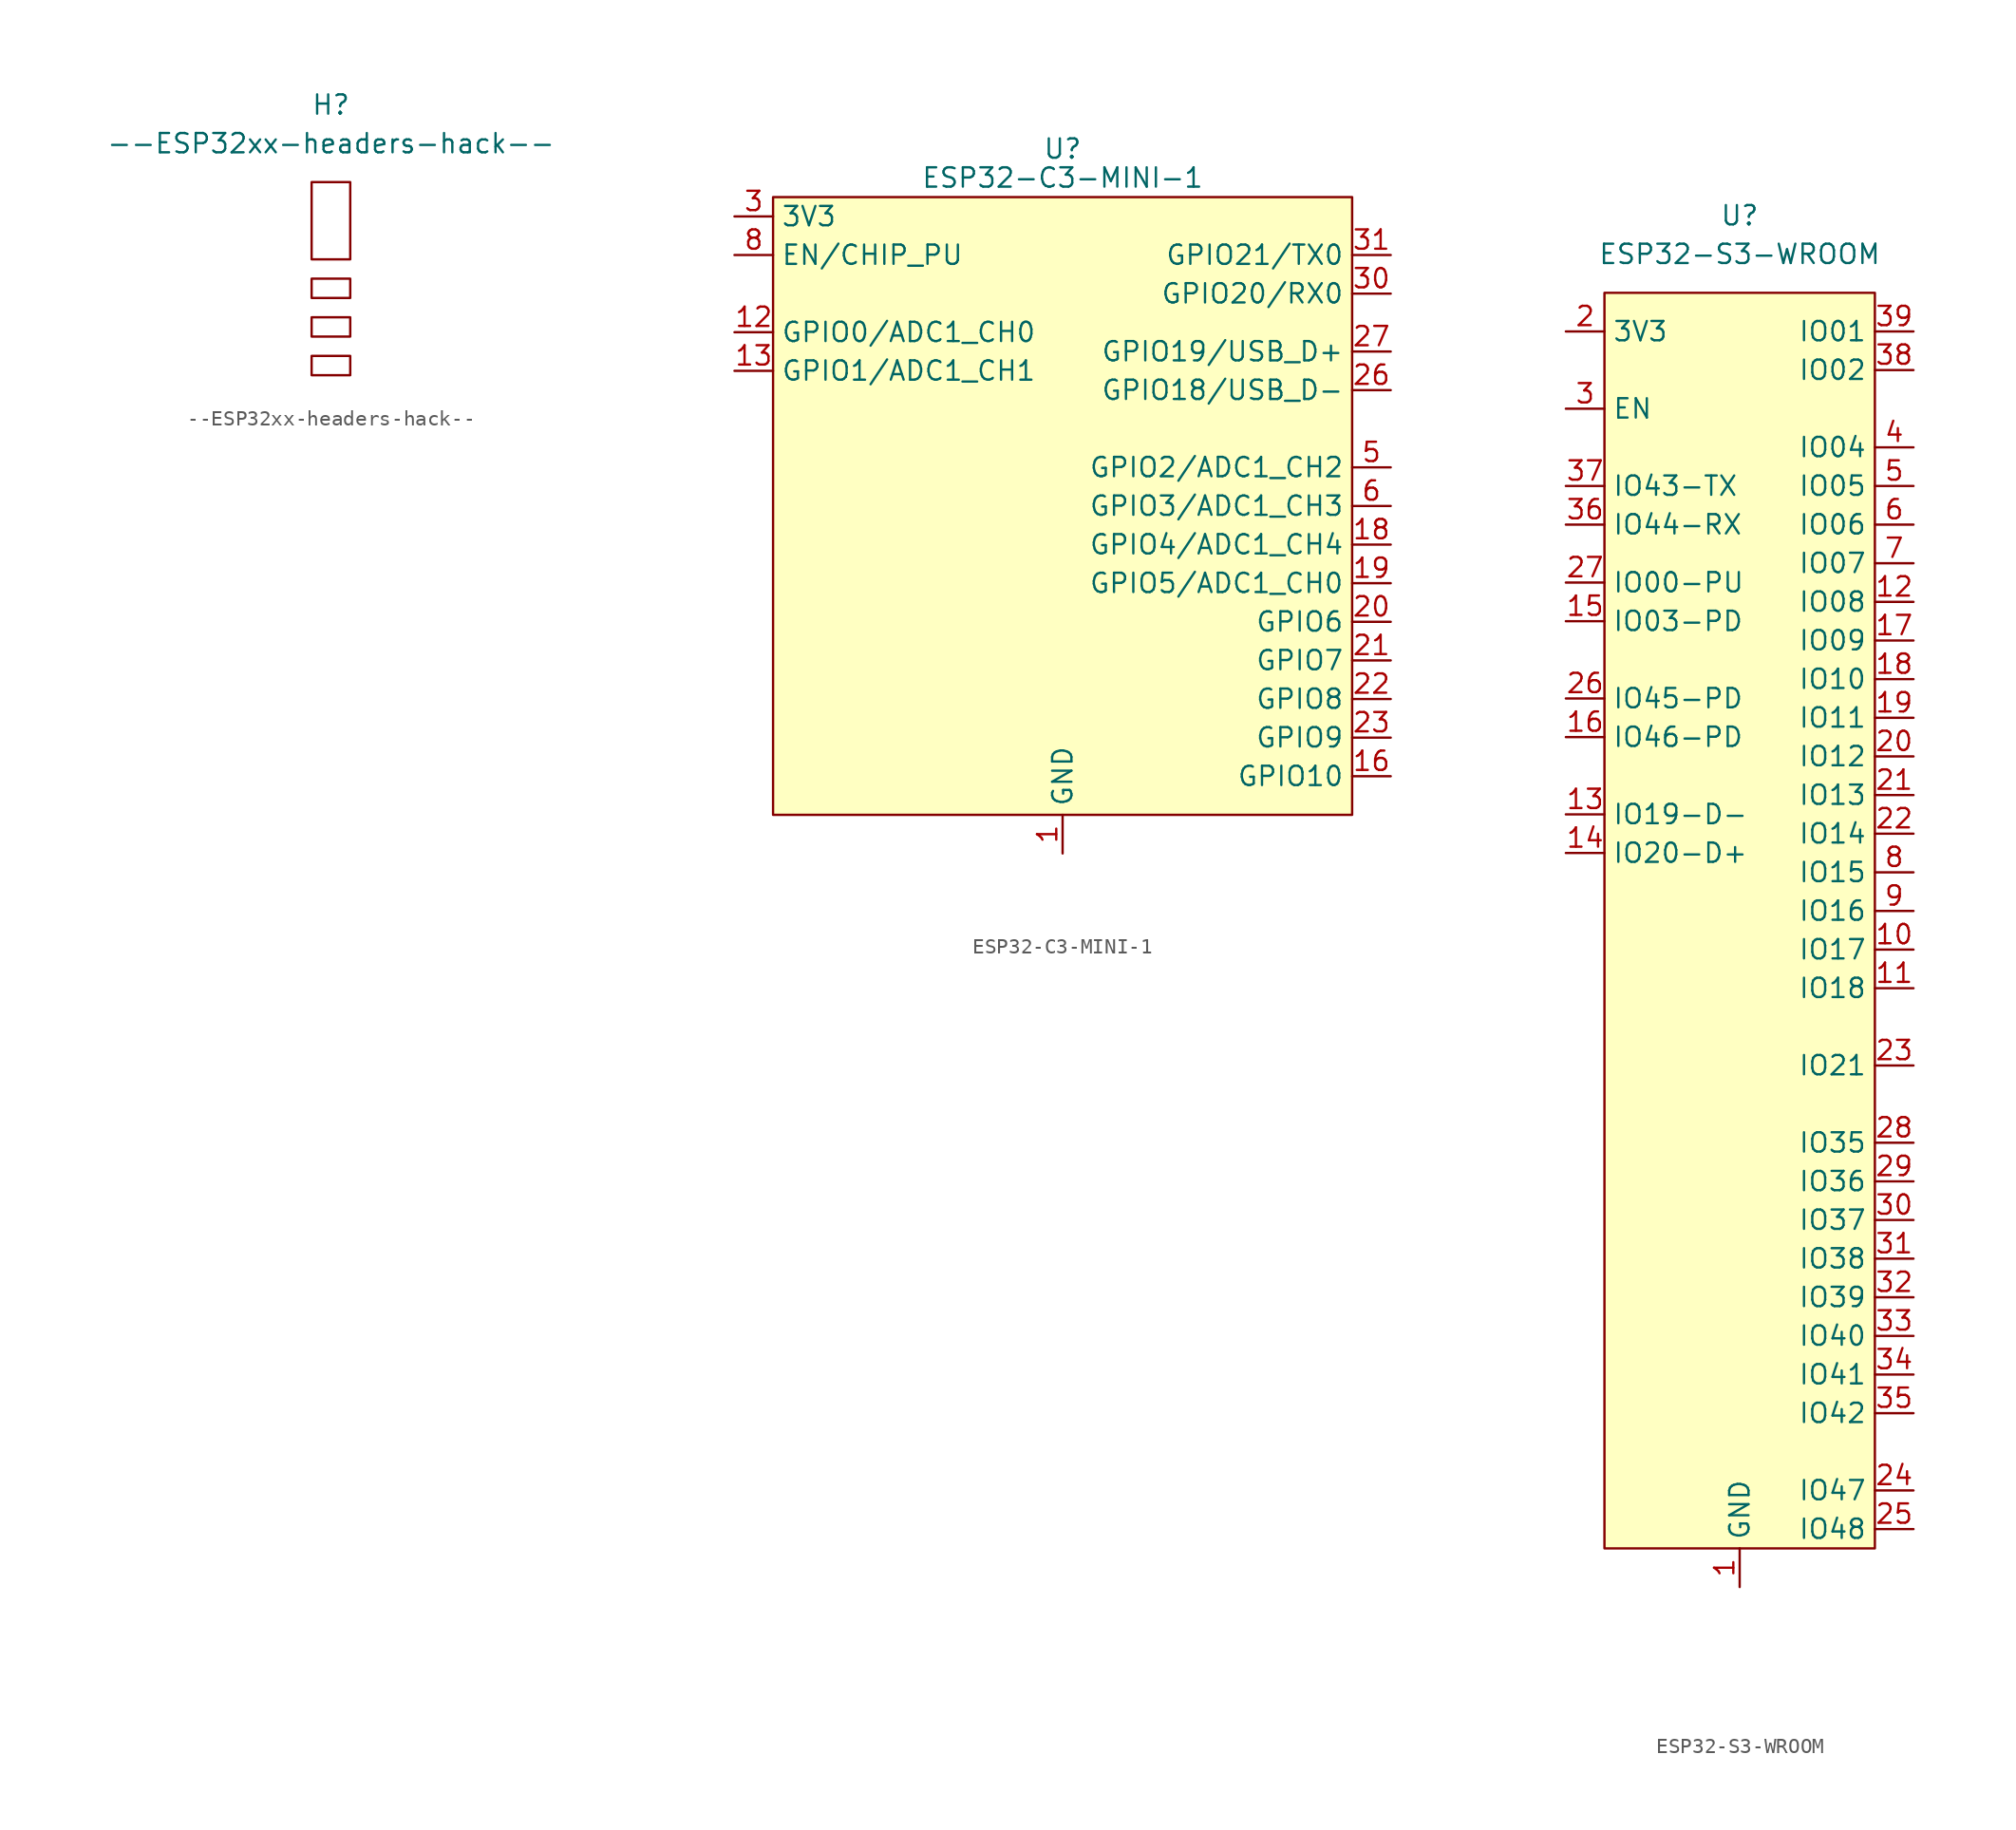
<source format=kicad_sym>
(kicad_symbol_lib
  (version 20220914)
  (generator kicad_symbol_editor)
  (symbol "--ESP32xx-headers-hack--"
    (property "Reference" "H"
      (at 0 6.35 0)
      (effects (font (size 1.27 1.27))))
    (property "Value" "--ESP32xx-headers-hack--"
      (at 0 3.81 0)
      (effects (font (size 1.27 1.27))))
    (symbol "--ESP32xx-headers-hack--_0_1"
      (rectangle (start -1.27 -10.16) (end 1.27 -11.43) (stroke (width 0) (type default)) (fill (type none)))
      (rectangle (start -1.27 -7.62) (end 1.27 -8.89) (stroke (width 0) (type default)) (fill (type none)))
      (rectangle (start -1.27 -5.08) (end 1.27 -6.35) (stroke (width 0) (type default)) (fill (type none)))
      (rectangle (start -1.27 1.27) (end 1.27 -3.81) (stroke (width 0) (type default)) (fill (type none)))))
  (symbol "ESP32-C3-MINI-1"
    (property "Reference" "U"
      (at 0 4.445 0)
      (effects (font (size 1.27 1.27))))
    (property "Value" "ESP32-C3-MINI-1"
      (at 0 2.54 0)
      (effects (font (size 1.27 1.27))))
    (symbol "ESP32-C3-MINI-1_0_1"
      (rectangle (start -19.05 1.27) (end 19.05 -39.37) (stroke (width 0) (type default)) (fill (type background))))
    (symbol "ESP32-C3-MINI-1_1_1"
      (pin bidirectional line (at 0 -41.91 90) (length 2.54) (name "GND" (effects (font (size 1.27 1.27)))) (number "1" (effects (font (size 1.27 1.27)))))
      (pin bidirectional line (at 0 -41.91 90) (length 2.54) hide (name "GND" (effects (font (size 1.27 1.27)))) (number "11" (effects (font (size 1.27 1.27)))))
      (pin bidirectional line (at -21.59 -7.62 0) (length 2.54) (name "GPIO0/ADC1_CH0" (effects (font (size 1.27 1.27)))) (number "12" (effects (font (size 1.27 1.27)))))
      (pin bidirectional line (at -21.59 -10.16 0) (length 2.54) (name "GPIO1/ADC1_CH1" (effects (font (size 1.27 1.27)))) (number "13" (effects (font (size 1.27 1.27)))))
      (pin bidirectional line (at 0 -41.91 90) (length 2.54) hide (name "GND" (effects (font (size 1.27 1.27)))) (number "14" (effects (font (size 1.27 1.27)))))
      (pin bidirectional line (at 21.59 -36.83 180) (length 2.54) (name "GPIO10" (effects (font (size 1.27 1.27)))) (number "16" (effects (font (size 1.27 1.27)))))
      (pin bidirectional line (at 21.59 -21.59 180) (length 2.54) (name "GPIO4/ADC1_CH4" (effects (font (size 1.27 1.27)))) (number "18" (effects (font (size 1.27 1.27)))))
      (pin bidirectional line (at 21.59 -24.13 180) (length 2.54) (name "GPIO5/ADC1_CH0" (effects (font (size 1.27 1.27)))) (number "19" (effects (font (size 1.27 1.27)))))
      (pin bidirectional line (at 0 -41.91 90) (length 2.54) hide (name "GND" (effects (font (size 1.27 1.27)))) (number "2" (effects (font (size 1.27 1.27)))))
      (pin bidirectional line (at 21.59 -26.67 180) (length 2.54) (name "GPIO6" (effects (font (size 1.27 1.27)))) (number "20" (effects (font (size 1.27 1.27)))))
      (pin bidirectional line (at 21.59 -29.21 180) (length 2.54) (name "GPIO7" (effects (font (size 1.27 1.27)))) (number "21" (effects (font (size 1.27 1.27)))))
      (pin bidirectional line (at 21.59 -31.75 180) (length 2.54) (name "GPIO8" (effects (font (size 1.27 1.27)))) (number "22" (effects (font (size 1.27 1.27)))))
      (pin bidirectional line (at 21.59 -34.29 180) (length 2.54) (name "GPIO9" (effects (font (size 1.27 1.27)))) (number "23" (effects (font (size 1.27 1.27)))))
      (pin bidirectional line (at 21.59 -11.43 180) (length 2.54) (name "GPIO18/USB_D-" (effects (font (size 1.27 1.27)))) (number "26" (effects (font (size 1.27 1.27)))))
      (pin bidirectional line (at 21.59 -8.89 180) (length 2.54) (name "GPIO19/USB_D+" (effects (font (size 1.27 1.27)))) (number "27" (effects (font (size 1.27 1.27)))))
      (pin power_in line (at -21.59 0 0) (length 2.54) (name "3V3" (effects (font (size 1.27 1.27)))) (number "3" (effects (font (size 1.27 1.27)))))
      (pin bidirectional line (at 21.59 -5.08 180) (length 2.54) (name "GPIO20/RX0" (effects (font (size 1.27 1.27)))) (number "30" (effects (font (size 1.27 1.27)))))
      (pin bidirectional line (at 21.59 -2.54 180) (length 2.54) (name "GPIO21/TX0" (effects (font (size 1.27 1.27)))) (number "31" (effects (font (size 1.27 1.27)))))
      (pin bidirectional line (at 0 -41.91 90) (length 2.54) hide (name "GND" (effects (font (size 1.27 1.27)))) (number "36" (effects (font (size 1.27 1.27)))))
      (pin bidirectional line (at 0 -41.91 90) (length 2.54) hide (name "GND" (effects (font (size 1.27 1.27)))) (number "37" (effects (font (size 1.27 1.27)))))
      (pin bidirectional line (at 0 -41.91 90) (length 2.54) hide (name "GND" (effects (font (size 1.27 1.27)))) (number "38" (effects (font (size 1.27 1.27)))))
      (pin bidirectional line (at 0 -41.91 90) (length 2.54) hide (name "GND" (effects (font (size 1.27 1.27)))) (number "39" (effects (font (size 1.27 1.27)))))
      (pin bidirectional line (at 0 -41.91 90) (length 2.54) hide (name "GND" (effects (font (size 1.27 1.27)))) (number "40" (effects (font (size 1.27 1.27)))))
      (pin bidirectional line (at 0 -41.91 90) (length 2.54) hide (name "GND" (effects (font (size 1.27 1.27)))) (number "41" (effects (font (size 1.27 1.27)))))
      (pin bidirectional line (at 0 -41.91 90) (length 2.54) hide (name "GND" (effects (font (size 1.27 1.27)))) (number "42" (effects (font (size 1.27 1.27)))))
      (pin bidirectional line (at 0 -41.91 90) (length 2.54) hide (name "GND" (effects (font (size 1.27 1.27)))) (number "43" (effects (font (size 1.27 1.27)))))
      (pin bidirectional line (at 0 -41.91 90) (length 2.54) hide (name "GND" (effects (font (size 1.27 1.27)))) (number "44" (effects (font (size 1.27 1.27)))))
      (pin bidirectional line (at 0 -41.91 90) (length 2.54) hide (name "GND" (effects (font (size 1.27 1.27)))) (number "45" (effects (font (size 1.27 1.27)))))
      (pin bidirectional line (at 0 -41.91 90) (length 2.54) hide (name "GND" (effects (font (size 1.27 1.27)))) (number "46" (effects (font (size 1.27 1.27)))))
      (pin bidirectional line (at 0 -41.91 90) (length 2.54) hide (name "GND" (effects (font (size 1.27 1.27)))) (number "47" (effects (font (size 1.27 1.27)))))
      (pin bidirectional line (at 0 -41.91 90) (length 2.54) hide (name "GND" (effects (font (size 1.27 1.27)))) (number "48" (effects (font (size 1.27 1.27)))))
      (pin bidirectional line (at 0 -41.91 90) (length 2.54) hide (name "GND" (effects (font (size 1.27 1.27)))) (number "49" (effects (font (size 1.27 1.27)))))
      (pin bidirectional line (at 21.59 -16.51 180) (length 2.54) (name "GPIO2/ADC1_CH2" (effects (font (size 1.27 1.27)))) (number "5" (effects (font (size 1.27 1.27)))))
      (pin power_in line (at 0 -41.91 90) (length 2.54) hide (name "GND" (effects (font (size 1.27 1.27)))) (number "50" (effects (font (size 1.27 1.27)))))
      (pin power_in line (at 0 -41.91 90) (length 2.54) hide (name "GND" (effects (font (size 1.27 1.27)))) (number "51" (effects (font (size 1.27 1.27)))))
      (pin power_in line (at 0 -41.91 90) (length 2.54) hide (name "GND" (effects (font (size 1.27 1.27)))) (number "52" (effects (font (size 1.27 1.27)))))
      (pin power_in line (at 0 -41.91 90) (length 2.54) hide (name "GND" (effects (font (size 1.27 1.27)))) (number "53" (effects (font (size 1.27 1.27)))))
      (pin bidirectional line (at 21.59 -19.05 180) (length 2.54) (name "GPIO3/ADC1_CH3" (effects (font (size 1.27 1.27)))) (number "6" (effects (font (size 1.27 1.27)))))
      (pin input line (at -21.59 -2.54 0) (length 2.54) (name "EN/CHIP_PU" (effects (font (size 1.27 1.27)))) (number "8" (effects (font (size 1.27 1.27)))))))
  (symbol "ESP32-S3-WROOM"
    (property "Reference" "U"
      (at 0 5.08 0)
      (effects (font (size 1.27 1.27))))
    (property "Value" "ESP32-S3-WROOM"
      (at 0 2.54 0)
      (effects (font (size 1.27 1.27))))
    (symbol "ESP32-S3-WROOM_0_1"
      (rectangle (start -8.89 0) (end 8.89 -82.55) (stroke (width 0) (type default)) (fill (type background))))
    (symbol "ESP32-S3-WROOM_1_1"
      (pin power_in line (at 0 -85.09 90) (length 2.54) (name "GND" (effects (font (size 1.27 1.27)))) (number "1" (effects (font (size 1.27 1.27)))))
      (pin bidirectional line (at 11.43 -43.18 180) (length 2.54) (name "IO17" (effects (font (size 1.27 1.27)))) (number "10" (effects (font (size 1.27 1.27)))))
      (pin bidirectional line (at 11.43 -45.72 180) (length 2.54) (name "IO18" (effects (font (size 1.27 1.27)))) (number "11" (effects (font (size 1.27 1.27)))))
      (pin bidirectional line (at 11.43 -20.32 180) (length 2.54) (name "IO08" (effects (font (size 1.27 1.27)))) (number "12" (effects (font (size 1.27 1.27)))))
      (pin bidirectional line (at -11.43 -34.29 0) (length 2.54) (name "IO19-D-" (effects (font (size 1.27 1.27)))) (number "13" (effects (font (size 1.27 1.27)))))
      (pin bidirectional line (at -11.43 -36.83 0) (length 2.54) (name "IO20-D+" (effects (font (size 1.27 1.27)))) (number "14" (effects (font (size 1.27 1.27)))))
      (pin bidirectional line (at -11.43 -21.59 0) (length 2.54) (name "IO03-PD" (effects (font (size 1.27 1.27)))) (number "15" (effects (font (size 1.27 1.27)))))
      (pin bidirectional line (at -11.43 -29.21 0) (length 2.54) (name "IO46-PD" (effects (font (size 1.27 1.27)))) (number "16" (effects (font (size 1.27 1.27)))))
      (pin bidirectional line (at 11.43 -22.86 180) (length 2.54) (name "IO09" (effects (font (size 1.27 1.27)))) (number "17" (effects (font (size 1.27 1.27)))))
      (pin bidirectional line (at 11.43 -25.4 180) (length 2.54) (name "IO10" (effects (font (size 1.27 1.27)))) (number "18" (effects (font (size 1.27 1.27)))))
      (pin bidirectional line (at 11.43 -27.94 180) (length 2.54) (name "IO11" (effects (font (size 1.27 1.27)))) (number "19" (effects (font (size 1.27 1.27)))))
      (pin power_in line (at -11.43 -2.54 0) (length 2.54) (name "3V3" (effects (font (size 1.27 1.27)))) (number "2" (effects (font (size 1.27 1.27)))))
      (pin bidirectional line (at 11.43 -30.48 180) (length 2.54) (name "IO12" (effects (font (size 1.27 1.27)))) (number "20" (effects (font (size 1.27 1.27)))))
      (pin bidirectional line (at 11.43 -33.02 180) (length 2.54) (name "IO13" (effects (font (size 1.27 1.27)))) (number "21" (effects (font (size 1.27 1.27)))))
      (pin bidirectional line (at 11.43 -35.56 180) (length 2.54) (name "IO14" (effects (font (size 1.27 1.27)))) (number "22" (effects (font (size 1.27 1.27)))))
      (pin bidirectional line (at 11.43 -50.8 180) (length 2.54) (name "IO21" (effects (font (size 1.27 1.27)))) (number "23" (effects (font (size 1.27 1.27)))))
      (pin bidirectional line (at 11.43 -78.74 180) (length 2.54) (name "IO47" (effects (font (size 1.27 1.27)))) (number "24" (effects (font (size 1.27 1.27)))))
      (pin bidirectional line (at 11.43 -81.28 180) (length 2.54) (name "IO48" (effects (font (size 1.27 1.27)))) (number "25" (effects (font (size 1.27 1.27)))))
      (pin bidirectional line (at -11.43 -26.67 0) (length 2.54) (name "IO45-PD" (effects (font (size 1.27 1.27)))) (number "26" (effects (font (size 1.27 1.27)))))
      (pin bidirectional line (at -11.43 -19.05 0) (length 2.54) (name "IO00-PU" (effects (font (size 1.27 1.27)))) (number "27" (effects (font (size 1.27 1.27)))))
      (pin bidirectional line (at 11.43 -55.88 180) (length 2.54) (name "IO35" (effects (font (size 1.27 1.27)))) (number "28" (effects (font (size 1.27 1.27)))))
      (pin bidirectional line (at 11.43 -58.42 180) (length 2.54) (name "IO36" (effects (font (size 1.27 1.27)))) (number "29" (effects (font (size 1.27 1.27)))))
      (pin input line (at -11.43 -7.62 0) (length 2.54) (name "EN" (effects (font (size 1.27 1.27)))) (number "3" (effects (font (size 1.27 1.27)))))
      (pin bidirectional line (at 11.43 -60.96 180) (length 2.54) (name "IO37" (effects (font (size 1.27 1.27)))) (number "30" (effects (font (size 1.27 1.27)))))
      (pin bidirectional line (at 11.43 -63.5 180) (length 2.54) (name "IO38" (effects (font (size 1.27 1.27)))) (number "31" (effects (font (size 1.27 1.27)))))
      (pin bidirectional line (at 11.43 -66.04 180) (length 2.54) (name "IO39" (effects (font (size 1.27 1.27)))) (number "32" (effects (font (size 1.27 1.27)))))
      (pin bidirectional line (at 11.43 -68.58 180) (length 2.54) (name "IO40" (effects (font (size 1.27 1.27)))) (number "33" (effects (font (size 1.27 1.27)))))
      (pin bidirectional line (at 11.43 -71.12 180) (length 2.54) (name "IO41" (effects (font (size 1.27 1.27)))) (number "34" (effects (font (size 1.27 1.27)))))
      (pin bidirectional line (at 11.43 -73.66 180) (length 2.54) (name "IO42" (effects (font (size 1.27 1.27)))) (number "35" (effects (font (size 1.27 1.27)))))
      (pin input line (at -11.43 -15.24 0) (length 2.54) (name "IO44-RX" (effects (font (size 1.27 1.27)))) (number "36" (effects (font (size 1.27 1.27)))))
      (pin output line (at -11.43 -12.7 0) (length 2.54) (name "IO43-TX" (effects (font (size 1.27 1.27)))) (number "37" (effects (font (size 1.27 1.27)))))
      (pin bidirectional line (at 11.43 -5.08 180) (length 2.54) (name "IO02" (effects (font (size 1.27 1.27)))) (number "38" (effects (font (size 1.27 1.27)))))
      (pin bidirectional line (at 11.43 -2.54 180) (length 2.54) (name "IO01" (effects (font (size 1.27 1.27)))) (number "39" (effects (font (size 1.27 1.27)))))
      (pin bidirectional line (at 11.43 -10.16 180) (length 2.54) (name "IO04" (effects (font (size 1.27 1.27)))) (number "4" (effects (font (size 1.27 1.27)))))
      (pin free line (at 0 -85.09 90) (length 2.54) hide (name "GND" (effects (font (size 1.27 1.27)))) (number "40" (effects (font (size 1.27 1.27)))))
      (pin passive line (at 0 -85.09 90) (length 2.54) hide (name "GND" (effects (font (size 1.27 1.27)))) (number "41" (effects (font (size 1.27 1.27)))))
      (pin bidirectional line (at 11.43 -12.7 180) (length 2.54) (name "IO05" (effects (font (size 1.27 1.27)))) (number "5" (effects (font (size 1.27 1.27)))))
      (pin bidirectional line (at 11.43 -15.24 180) (length 2.54) (name "IO06" (effects (font (size 1.27 1.27)))) (number "6" (effects (font (size 1.27 1.27)))))
      (pin bidirectional line (at 11.43 -17.78 180) (length 2.54) (name "IO07" (effects (font (size 1.27 1.27)))) (number "7" (effects (font (size 1.27 1.27)))))
      (pin bidirectional line (at 11.43 -38.1 180) (length 2.54) (name "IO15" (effects (font (size 1.27 1.27)))) (number "8" (effects (font (size 1.27 1.27)))))
      (pin bidirectional line (at 11.43 -40.64 180) (length 2.54) (name "IO16" (effects (font (size 1.27 1.27)))) (number "9" (effects (font (size 1.27 1.27))))))))
</source>
